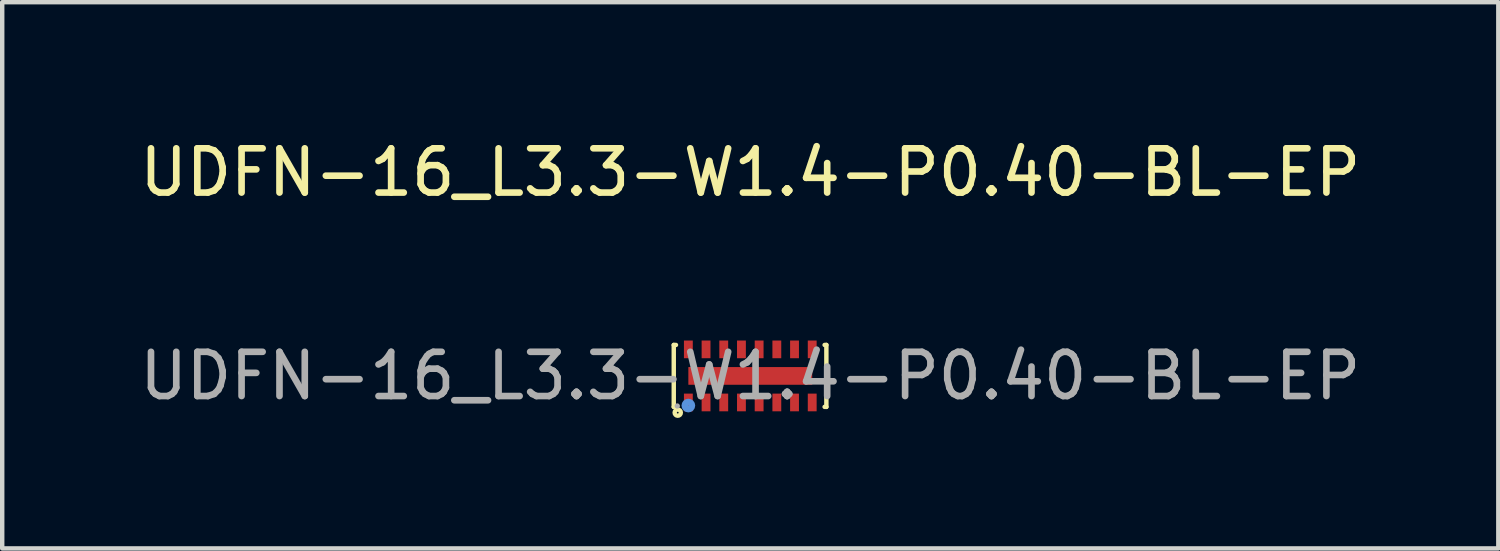
<source format=kicad_pcb>
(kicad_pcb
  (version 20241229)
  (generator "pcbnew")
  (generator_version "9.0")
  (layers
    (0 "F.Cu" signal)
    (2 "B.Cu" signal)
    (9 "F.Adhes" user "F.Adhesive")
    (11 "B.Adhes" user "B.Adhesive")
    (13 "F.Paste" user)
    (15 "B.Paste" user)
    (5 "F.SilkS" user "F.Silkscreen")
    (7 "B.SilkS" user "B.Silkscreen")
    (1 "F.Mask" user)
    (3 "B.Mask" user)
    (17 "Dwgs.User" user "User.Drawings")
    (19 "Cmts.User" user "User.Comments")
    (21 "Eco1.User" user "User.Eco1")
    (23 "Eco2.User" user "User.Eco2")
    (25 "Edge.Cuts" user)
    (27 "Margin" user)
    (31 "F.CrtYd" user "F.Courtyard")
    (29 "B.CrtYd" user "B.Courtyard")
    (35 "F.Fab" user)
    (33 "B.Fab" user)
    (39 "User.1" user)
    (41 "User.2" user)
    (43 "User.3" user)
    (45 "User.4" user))
  (footprint "UDFN-16_L3.3-W1.4-P0.40-BL-EP"
    (layer "F.Cu")
    (at 13.911 5.448)
    (property "Reference" "UDFN-16_L3.3-W1.4-P0.40-BL-EP" (at 0 -4.6 0) (layer "F.SilkS") (effects (font (size 1 1) (thickness 0.15))))
    (attr smd)
    (fp_line (start -1.73 -0.7) (end -1.73 0.7) (stroke (width 0.1) (type solid)) (layer "F.SilkS"))
    (fp_line (start -1.73 -0.7) (end -1.68 -0.7) (stroke (width 0.1) (type solid)) (layer "F.SilkS"))
    (fp_line (start -1.73 0.7) (end -1.68 0.7) (stroke (width 0.1) (type solid)) (layer "F.SilkS"))
    (fp_line (start 1.68 -0.7) (end 1.72 -0.7) (stroke (width 0.1) (type solid)) (layer "F.SilkS"))
    (fp_line (start 1.68 0.7) (end 1.72 0.7) (stroke (width 0.1) (type solid)) (layer "F.SilkS"))
    (fp_line (start 1.72 -0.7) (end 1.72 0.7) (stroke (width 0.1) (type solid)) (layer "F.SilkS"))
    (fp_circle (center -1.64 0.83) (end -1.62 0.83) (stroke (width 0.1) (type solid)) (fill no) (layer "F.SilkS"))
    (fp_circle (center -1.4 0.67) (end -1.32 0.67) (stroke (width 0.15) (type solid)) (fill no) (layer "Cmts.User"))
    (fp_circle (center -1.65 0.68) (end -1.62 0.68) (stroke (width 0.06) (type solid)) (fill no) (layer "F.Fab"))
    (fp_text user "${REFERENCE}" (at 0 0 0) (layer "F.Fab") (effects (font (size 1 1) (thickness 0.15))))
    (pad "1" smd rect (at -1.4 0.6) (size 0.2 0.4) (layers "F.Cu" "F.Mask" "F.Paste"))
    (pad "2" smd rect (at -1 0.6) (size 0.2 0.4) (layers "F.Cu" "F.Mask" "F.Paste"))
    (pad "3" smd rect (at -0.6 0.6) (size 0.2 0.4) (layers "F.Cu" "F.Mask" "F.Paste"))
    (pad "4" smd rect (at -0.2 0.6) (size 0.2 0.4) (layers "F.Cu" "F.Mask" "F.Paste"))
    (pad "5" smd rect (at 0.2 0.6) (size 0.2 0.4) (layers "F.Cu" "F.Mask" "F.Paste"))
    (pad "6" smd rect (at 0.6 0.6) (size 0.2 0.4) (layers "F.Cu" "F.Mask" "F.Paste"))
    (pad "7" smd rect (at 1 0.6) (size 0.2 0.4) (layers "F.Cu" "F.Mask" "F.Paste"))
    (pad "8" smd rect (at 1.4 0.6) (size 0.2 0.4) (layers "F.Cu" "F.Mask" "F.Paste"))
    (pad "9" smd rect (at 1.4 -0.6) (size 0.2 0.4) (layers "F.Cu" "F.Mask" "F.Paste"))
    (pad "10" smd rect (at 1 -0.6) (size 0.2 0.4) (layers "F.Cu" "F.Mask" "F.Paste"))
    (pad "11" smd rect (at 0.6 -0.6) (size 0.2 0.4) (layers "F.Cu" "F.Mask" "F.Paste"))
    (pad "12" smd rect (at 0.2 -0.6) (size 0.2 0.4) (layers "F.Cu" "F.Mask" "F.Paste"))
    (pad "13" smd rect (at -0.2 -0.6) (size 0.2 0.4) (layers "F.Cu" "F.Mask" "F.Paste"))
    (pad "14" smd rect (at -0.6 -0.6) (size 0.2 0.4) (layers "F.Cu" "F.Mask" "F.Paste"))
    (pad "15" smd rect (at -1 -0.6) (size 0.2 0.4) (layers "F.Cu" "F.Mask" "F.Paste"))
    (pad "16" smd rect (at -1.4 -0.6) (size 0.2 0.4) (layers "F.Cu" "F.Mask" "F.Paste"))
    (pad "17" smd rect (at 0 0) (size 2.8 0.4) (layers "F.Cu" "F.Mask" "F.Paste")))
  (gr_rect
    (start -3 -3)
    (end 30.821 9.348)
    (stroke (width 0.1) (type default))
    (fill no)
    (layer "Edge.Cuts")))
</source>
